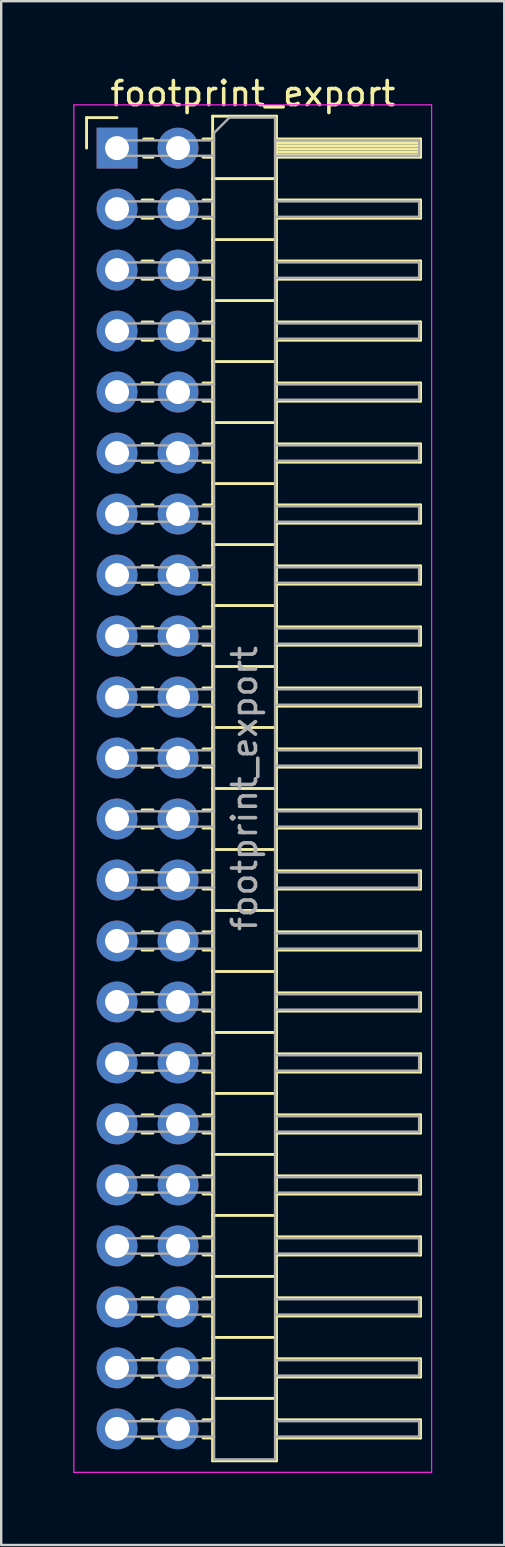
<source format=kicad_pcb>
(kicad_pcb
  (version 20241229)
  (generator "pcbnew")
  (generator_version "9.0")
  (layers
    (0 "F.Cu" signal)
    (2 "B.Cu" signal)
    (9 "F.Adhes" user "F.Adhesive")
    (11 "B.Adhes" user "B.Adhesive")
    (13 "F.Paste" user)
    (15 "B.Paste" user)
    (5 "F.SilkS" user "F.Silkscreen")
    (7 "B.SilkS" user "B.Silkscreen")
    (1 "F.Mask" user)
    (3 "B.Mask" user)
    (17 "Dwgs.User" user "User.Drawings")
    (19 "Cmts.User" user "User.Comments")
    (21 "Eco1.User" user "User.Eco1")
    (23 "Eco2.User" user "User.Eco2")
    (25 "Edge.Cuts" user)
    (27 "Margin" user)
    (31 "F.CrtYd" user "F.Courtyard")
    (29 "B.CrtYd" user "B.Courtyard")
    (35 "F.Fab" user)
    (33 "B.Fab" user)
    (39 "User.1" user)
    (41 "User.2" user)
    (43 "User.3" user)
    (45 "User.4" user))
  (footprint "footprint_export"
    (layer "F.Cu")
    (at 1.825 3.118)
    (property "Reference" "footprint_export" (at 5.655 -2.27 0) (layer "F.SilkS") (effects (font (size 1 1) (thickness 0.15))))
    (attr through_hole)
    (fp_line (start -1.27 -1.27) (end 0 -1.27) (stroke (width 0.12) (type solid)) (layer "F.SilkS"))
    (fp_line (start -1.27 0) (end -1.27 -1.27) (stroke (width 0.12) (type solid)) (layer "F.SilkS"))
    (fp_line (start 1.043 2.16) (end 1.497 2.16) (stroke (width 0.12) (type solid)) (layer "F.SilkS"))
    (fp_line (start 1.043 2.92) (end 1.497 2.92) (stroke (width 0.12) (type solid)) (layer "F.SilkS"))
    (fp_line (start 1.043 4.7) (end 1.497 4.7) (stroke (width 0.12) (type solid)) (layer "F.SilkS"))
    (fp_line (start 1.043 5.46) (end 1.497 5.46) (stroke (width 0.12) (type solid)) (layer "F.SilkS"))
    (fp_line (start 1.043 7.24) (end 1.497 7.24) (stroke (width 0.12) (type solid)) (layer "F.SilkS"))
    (fp_line (start 1.043 8) (end 1.497 8) (stroke (width 0.12) (type solid)) (layer "F.SilkS"))
    (fp_line (start 1.043 9.78) (end 1.497 9.78) (stroke (width 0.12) (type solid)) (layer "F.SilkS"))
    (fp_line (start 1.043 10.54) (end 1.497 10.54) (stroke (width 0.12) (type solid)) (layer "F.SilkS"))
    (fp_line (start 1.043 12.32) (end 1.497 12.32) (stroke (width 0.12) (type solid)) (layer "F.SilkS"))
    (fp_line (start 1.043 13.08) (end 1.497 13.08) (stroke (width 0.12) (type solid)) (layer "F.SilkS"))
    (fp_line (start 1.043 14.86) (end 1.497 14.86) (stroke (width 0.12) (type solid)) (layer "F.SilkS"))
    (fp_line (start 1.043 15.62) (end 1.497 15.62) (stroke (width 0.12) (type solid)) (layer "F.SilkS"))
    (fp_line (start 1.043 17.4) (end 1.497 17.4) (stroke (width 0.12) (type solid)) (layer "F.SilkS"))
    (fp_line (start 1.043 18.16) (end 1.497 18.16) (stroke (width 0.12) (type solid)) (layer "F.SilkS"))
    (fp_line (start 1.043 19.94) (end 1.497 19.94) (stroke (width 0.12) (type solid)) (layer "F.SilkS"))
    (fp_line (start 1.043 20.7) (end 1.497 20.7) (stroke (width 0.12) (type solid)) (layer "F.SilkS"))
    (fp_line (start 1.043 22.48) (end 1.497 22.48) (stroke (width 0.12) (type solid)) (layer "F.SilkS"))
    (fp_line (start 1.043 23.24) (end 1.497 23.24) (stroke (width 0.12) (type solid)) (layer "F.SilkS"))
    (fp_line (start 1.043 25.02) (end 1.497 25.02) (stroke (width 0.12) (type solid)) (layer "F.SilkS"))
    (fp_line (start 1.043 25.78) (end 1.497 25.78) (stroke (width 0.12) (type solid)) (layer "F.SilkS"))
    (fp_line (start 1.043 27.56) (end 1.497 27.56) (stroke (width 0.12) (type solid)) (layer "F.SilkS"))
    (fp_line (start 1.043 28.32) (end 1.497 28.32) (stroke (width 0.12) (type solid)) (layer "F.SilkS"))
    (fp_line (start 1.043 30.1) (end 1.497 30.1) (stroke (width 0.12) (type solid)) (layer "F.SilkS"))
    (fp_line (start 1.043 30.86) (end 1.497 30.86) (stroke (width 0.12) (type solid)) (layer "F.SilkS"))
    (fp_line (start 1.043 32.64) (end 1.497 32.64) (stroke (width 0.12) (type solid)) (layer "F.SilkS"))
    (fp_line (start 1.043 33.4) (end 1.497 33.4) (stroke (width 0.12) (type solid)) (layer "F.SilkS"))
    (fp_line (start 1.043 35.18) (end 1.497 35.18) (stroke (width 0.12) (type solid)) (layer "F.SilkS"))
    (fp_line (start 1.043 35.94) (end 1.497 35.94) (stroke (width 0.12) (type solid)) (layer "F.SilkS"))
    (fp_line (start 1.043 37.72) (end 1.497 37.72) (stroke (width 0.12) (type solid)) (layer "F.SilkS"))
    (fp_line (start 1.043 38.48) (end 1.497 38.48) (stroke (width 0.12) (type solid)) (layer "F.SilkS"))
    (fp_line (start 1.043 40.26) (end 1.497 40.26) (stroke (width 0.12) (type solid)) (layer "F.SilkS"))
    (fp_line (start 1.043 41.02) (end 1.497 41.02) (stroke (width 0.12) (type solid)) (layer "F.SilkS"))
    (fp_line (start 1.043 42.8) (end 1.497 42.8) (stroke (width 0.12) (type solid)) (layer "F.SilkS"))
    (fp_line (start 1.043 43.56) (end 1.497 43.56) (stroke (width 0.12) (type solid)) (layer "F.SilkS"))
    (fp_line (start 1.043 45.34) (end 1.497 45.34) (stroke (width 0.12) (type solid)) (layer "F.SilkS"))
    (fp_line (start 1.043 46.1) (end 1.497 46.1) (stroke (width 0.12) (type solid)) (layer "F.SilkS"))
    (fp_line (start 1.043 47.88) (end 1.497 47.88) (stroke (width 0.12) (type solid)) (layer "F.SilkS"))
    (fp_line (start 1.043 48.64) (end 1.497 48.64) (stroke (width 0.12) (type solid)) (layer "F.SilkS"))
    (fp_line (start 1.043 50.42) (end 1.497 50.42) (stroke (width 0.12) (type solid)) (layer "F.SilkS"))
    (fp_line (start 1.043 51.18) (end 1.497 51.18) (stroke (width 0.12) (type solid)) (layer "F.SilkS"))
    (fp_line (start 1.043 52.96) (end 1.497 52.96) (stroke (width 0.12) (type solid)) (layer "F.SilkS"))
    (fp_line (start 1.043 53.72) (end 1.497 53.72) (stroke (width 0.12) (type solid)) (layer "F.SilkS"))
    (fp_line (start 1.11 -0.38) (end 1.497 -0.38) (stroke (width 0.12) (type solid)) (layer "F.SilkS"))
    (fp_line (start 1.11 0.38) (end 1.497 0.38) (stroke (width 0.12) (type solid)) (layer "F.SilkS"))
    (fp_line (start 3.583 -0.38) (end 3.98 -0.38) (stroke (width 0.12) (type solid)) (layer "F.SilkS"))
    (fp_line (start 3.583 0.38) (end 3.98 0.38) (stroke (width 0.12) (type solid)) (layer "F.SilkS"))
    (fp_line (start 3.583 2.16) (end 3.98 2.16) (stroke (width 0.12) (type solid)) (layer "F.SilkS"))
    (fp_line (start 3.583 2.92) (end 3.98 2.92) (stroke (width 0.12) (type solid)) (layer "F.SilkS"))
    (fp_line (start 3.583 4.7) (end 3.98 4.7) (stroke (width 0.12) (type solid)) (layer "F.SilkS"))
    (fp_line (start 3.583 5.46) (end 3.98 5.46) (stroke (width 0.12) (type solid)) (layer "F.SilkS"))
    (fp_line (start 3.583 7.24) (end 3.98 7.24) (stroke (width 0.12) (type solid)) (layer "F.SilkS"))
    (fp_line (start 3.583 8) (end 3.98 8) (stroke (width 0.12) (type solid)) (layer "F.SilkS"))
    (fp_line (start 3.583 9.78) (end 3.98 9.78) (stroke (width 0.12) (type solid)) (layer "F.SilkS"))
    (fp_line (start 3.583 10.54) (end 3.98 10.54) (stroke (width 0.12) (type solid)) (layer "F.SilkS"))
    (fp_line (start 3.583 12.32) (end 3.98 12.32) (stroke (width 0.12) (type solid)) (layer "F.SilkS"))
    (fp_line (start 3.583 13.08) (end 3.98 13.08) (stroke (width 0.12) (type solid)) (layer "F.SilkS"))
    (fp_line (start 3.583 14.86) (end 3.98 14.86) (stroke (width 0.12) (type solid)) (layer "F.SilkS"))
    (fp_line (start 3.583 15.62) (end 3.98 15.62) (stroke (width 0.12) (type solid)) (layer "F.SilkS"))
    (fp_line (start 3.583 17.4) (end 3.98 17.4) (stroke (width 0.12) (type solid)) (layer "F.SilkS"))
    (fp_line (start 3.583 18.16) (end 3.98 18.16) (stroke (width 0.12) (type solid)) (layer "F.SilkS"))
    (fp_line (start 3.583 19.94) (end 3.98 19.94) (stroke (width 0.12) (type solid)) (layer "F.SilkS"))
    (fp_line (start 3.583 20.7) (end 3.98 20.7) (stroke (width 0.12) (type solid)) (layer "F.SilkS"))
    (fp_line (start 3.583 22.48) (end 3.98 22.48) (stroke (width 0.12) (type solid)) (layer "F.SilkS"))
    (fp_line (start 3.583 23.24) (end 3.98 23.24) (stroke (width 0.12) (type solid)) (layer "F.SilkS"))
    (fp_line (start 3.583 25.02) (end 3.98 25.02) (stroke (width 0.12) (type solid)) (layer "F.SilkS"))
    (fp_line (start 3.583 25.78) (end 3.98 25.78) (stroke (width 0.12) (type solid)) (layer "F.SilkS"))
    (fp_line (start 3.583 27.56) (end 3.98 27.56) (stroke (width 0.12) (type solid)) (layer "F.SilkS"))
    (fp_line (start 3.583 28.32) (end 3.98 28.32) (stroke (width 0.12) (type solid)) (layer "F.SilkS"))
    (fp_line (start 3.583 30.1) (end 3.98 30.1) (stroke (width 0.12) (type solid)) (layer "F.SilkS"))
    (fp_line (start 3.583 30.86) (end 3.98 30.86) (stroke (width 0.12) (type solid)) (layer "F.SilkS"))
    (fp_line (start 3.583 32.64) (end 3.98 32.64) (stroke (width 0.12) (type solid)) (layer "F.SilkS"))
    (fp_line (start 3.583 33.4) (end 3.98 33.4) (stroke (width 0.12) (type solid)) (layer "F.SilkS"))
    (fp_line (start 3.583 35.18) (end 3.98 35.18) (stroke (width 0.12) (type solid)) (layer "F.SilkS"))
    (fp_line (start 3.583 35.94) (end 3.98 35.94) (stroke (width 0.12) (type solid)) (layer "F.SilkS"))
    (fp_line (start 3.583 37.72) (end 3.98 37.72) (stroke (width 0.12) (type solid)) (layer "F.SilkS"))
    (fp_line (start 3.583 38.48) (end 3.98 38.48) (stroke (width 0.12) (type solid)) (layer "F.SilkS"))
    (fp_line (start 3.583 40.26) (end 3.98 40.26) (stroke (width 0.12) (type solid)) (layer "F.SilkS"))
    (fp_line (start 3.583 41.02) (end 3.98 41.02) (stroke (width 0.12) (type solid)) (layer "F.SilkS"))
    (fp_line (start 3.583 42.8) (end 3.98 42.8) (stroke (width 0.12) (type solid)) (layer "F.SilkS"))
    (fp_line (start 3.583 43.56) (end 3.98 43.56) (stroke (width 0.12) (type solid)) (layer "F.SilkS"))
    (fp_line (start 3.583 45.34) (end 3.98 45.34) (stroke (width 0.12) (type solid)) (layer "F.SilkS"))
    (fp_line (start 3.583 46.1) (end 3.98 46.1) (stroke (width 0.12) (type solid)) (layer "F.SilkS"))
    (fp_line (start 3.583 47.88) (end 3.98 47.88) (stroke (width 0.12) (type solid)) (layer "F.SilkS"))
    (fp_line (start 3.583 48.64) (end 3.98 48.64) (stroke (width 0.12) (type solid)) (layer "F.SilkS"))
    (fp_line (start 3.583 50.42) (end 3.98 50.42) (stroke (width 0.12) (type solid)) (layer "F.SilkS"))
    (fp_line (start 3.583 51.18) (end 3.98 51.18) (stroke (width 0.12) (type solid)) (layer "F.SilkS"))
    (fp_line (start 3.583 52.96) (end 3.98 52.96) (stroke (width 0.12) (type solid)) (layer "F.SilkS"))
    (fp_line (start 3.583 53.72) (end 3.98 53.72) (stroke (width 0.12) (type solid)) (layer "F.SilkS"))
    (fp_line (start 3.98 -1.33) (end 3.98 54.67) (stroke (width 0.12) (type solid)) (layer "F.SilkS"))
    (fp_line (start 3.98 1.27) (end 6.64 1.27) (stroke (width 0.12) (type solid)) (layer "F.SilkS"))
    (fp_line (start 3.98 3.81) (end 6.64 3.81) (stroke (width 0.12) (type solid)) (layer "F.SilkS"))
    (fp_line (start 3.98 6.35) (end 6.64 6.35) (stroke (width 0.12) (type solid)) (layer "F.SilkS"))
    (fp_line (start 3.98 8.89) (end 6.64 8.89) (stroke (width 0.12) (type solid)) (layer "F.SilkS"))
    (fp_line (start 3.98 11.43) (end 6.64 11.43) (stroke (width 0.12) (type solid)) (layer "F.SilkS"))
    (fp_line (start 3.98 13.97) (end 6.64 13.97) (stroke (width 0.12) (type solid)) (layer "F.SilkS"))
    (fp_line (start 3.98 16.51) (end 6.64 16.51) (stroke (width 0.12) (type solid)) (layer "F.SilkS"))
    (fp_line (start 3.98 19.05) (end 6.64 19.05) (stroke (width 0.12) (type solid)) (layer "F.SilkS"))
    (fp_line (start 3.98 21.59) (end 6.64 21.59) (stroke (width 0.12) (type solid)) (layer "F.SilkS"))
    (fp_line (start 3.98 24.13) (end 6.64 24.13) (stroke (width 0.12) (type solid)) (layer "F.SilkS"))
    (fp_line (start 3.98 26.67) (end 6.64 26.67) (stroke (width 0.12) (type solid)) (layer "F.SilkS"))
    (fp_line (start 3.98 29.21) (end 6.64 29.21) (stroke (width 0.12) (type solid)) (layer "F.SilkS"))
    (fp_line (start 3.98 31.75) (end 6.64 31.75) (stroke (width 0.12) (type solid)) (layer "F.SilkS"))
    (fp_line (start 3.98 34.29) (end 6.64 34.29) (stroke (width 0.12) (type solid)) (layer "F.SilkS"))
    (fp_line (start 3.98 36.83) (end 6.64 36.83) (stroke (width 0.12) (type solid)) (layer "F.SilkS"))
    (fp_line (start 3.98 39.37) (end 6.64 39.37) (stroke (width 0.12) (type solid)) (layer "F.SilkS"))
    (fp_line (start 3.98 41.91) (end 6.64 41.91) (stroke (width 0.12) (type solid)) (layer "F.SilkS"))
    (fp_line (start 3.98 44.45) (end 6.64 44.45) (stroke (width 0.12) (type solid)) (layer "F.SilkS"))
    (fp_line (start 3.98 46.99) (end 6.64 46.99) (stroke (width 0.12) (type solid)) (layer "F.SilkS"))
    (fp_line (start 3.98 49.53) (end 6.64 49.53) (stroke (width 0.12) (type solid)) (layer "F.SilkS"))
    (fp_line (start 3.98 52.07) (end 6.64 52.07) (stroke (width 0.12) (type solid)) (layer "F.SilkS"))
    (fp_line (start 3.98 54.67) (end 6.64 54.67) (stroke (width 0.12) (type solid)) (layer "F.SilkS"))
    (fp_line (start 6.64 -1.33) (end 3.98 -1.33) (stroke (width 0.12) (type solid)) (layer "F.SilkS"))
    (fp_line (start 6.64 -0.38) (end 12.64 -0.38) (stroke (width 0.12) (type solid)) (layer "F.SilkS"))
    (fp_line (start 6.64 -0.32) (end 12.64 -0.32) (stroke (width 0.12) (type solid)) (layer "F.SilkS"))
    (fp_line (start 6.64 -0.2) (end 12.64 -0.2) (stroke (width 0.12) (type solid)) (layer "F.SilkS"))
    (fp_line (start 6.64 -0.08) (end 12.64 -0.08) (stroke (width 0.12) (type solid)) (layer "F.SilkS"))
    (fp_line (start 6.64 0.04) (end 12.64 0.04) (stroke (width 0.12) (type solid)) (layer "F.SilkS"))
    (fp_line (start 6.64 0.16) (end 12.64 0.16) (stroke (width 0.12) (type solid)) (layer "F.SilkS"))
    (fp_line (start 6.64 0.28) (end 12.64 0.28) (stroke (width 0.12) (type solid)) (layer "F.SilkS"))
    (fp_line (start 6.64 2.16) (end 12.64 2.16) (stroke (width 0.12) (type solid)) (layer "F.SilkS"))
    (fp_line (start 6.64 4.7) (end 12.64 4.7) (stroke (width 0.12) (type solid)) (layer "F.SilkS"))
    (fp_line (start 6.64 7.24) (end 12.64 7.24) (stroke (width 0.12) (type solid)) (layer "F.SilkS"))
    (fp_line (start 6.64 9.78) (end 12.64 9.78) (stroke (width 0.12) (type solid)) (layer "F.SilkS"))
    (fp_line (start 6.64 12.32) (end 12.64 12.32) (stroke (width 0.12) (type solid)) (layer "F.SilkS"))
    (fp_line (start 6.64 14.86) (end 12.64 14.86) (stroke (width 0.12) (type solid)) (layer "F.SilkS"))
    (fp_line (start 6.64 17.4) (end 12.64 17.4) (stroke (width 0.12) (type solid)) (layer "F.SilkS"))
    (fp_line (start 6.64 19.94) (end 12.64 19.94) (stroke (width 0.12) (type solid)) (layer "F.SilkS"))
    (fp_line (start 6.64 22.48) (end 12.64 22.48) (stroke (width 0.12) (type solid)) (layer "F.SilkS"))
    (fp_line (start 6.64 25.02) (end 12.64 25.02) (stroke (width 0.12) (type solid)) (layer "F.SilkS"))
    (fp_line (start 6.64 27.56) (end 12.64 27.56) (stroke (width 0.12) (type solid)) (layer "F.SilkS"))
    (fp_line (start 6.64 30.1) (end 12.64 30.1) (stroke (width 0.12) (type solid)) (layer "F.SilkS"))
    (fp_line (start 6.64 32.64) (end 12.64 32.64) (stroke (width 0.12) (type solid)) (layer "F.SilkS"))
    (fp_line (start 6.64 35.18) (end 12.64 35.18) (stroke (width 0.12) (type solid)) (layer "F.SilkS"))
    (fp_line (start 6.64 37.72) (end 12.64 37.72) (stroke (width 0.12) (type solid)) (layer "F.SilkS"))
    (fp_line (start 6.64 40.26) (end 12.64 40.26) (stroke (width 0.12) (type solid)) (layer "F.SilkS"))
    (fp_line (start 6.64 42.8) (end 12.64 42.8) (stroke (width 0.12) (type solid)) (layer "F.SilkS"))
    (fp_line (start 6.64 45.34) (end 12.64 45.34) (stroke (width 0.12) (type solid)) (layer "F.SilkS"))
    (fp_line (start 6.64 47.88) (end 12.64 47.88) (stroke (width 0.12) (type solid)) (layer "F.SilkS"))
    (fp_line (start 6.64 50.42) (end 12.64 50.42) (stroke (width 0.12) (type solid)) (layer "F.SilkS"))
    (fp_line (start 6.64 52.96) (end 12.64 52.96) (stroke (width 0.12) (type solid)) (layer "F.SilkS"))
    (fp_line (start 6.64 54.67) (end 6.64 -1.33) (stroke (width 0.12) (type solid)) (layer "F.SilkS"))
    (fp_line (start 12.64 -0.38) (end 12.64 0.38) (stroke (width 0.12) (type solid)) (layer "F.SilkS"))
    (fp_line (start 12.64 0.38) (end 6.64 0.38) (stroke (width 0.12) (type solid)) (layer "F.SilkS"))
    (fp_line (start 12.64 2.16) (end 12.64 2.92) (stroke (width 0.12) (type solid)) (layer "F.SilkS"))
    (fp_line (start 12.64 2.92) (end 6.64 2.92) (stroke (width 0.12) (type solid)) (layer "F.SilkS"))
    (fp_line (start 12.64 4.7) (end 12.64 5.46) (stroke (width 0.12) (type solid)) (layer "F.SilkS"))
    (fp_line (start 12.64 5.46) (end 6.64 5.46) (stroke (width 0.12) (type solid)) (layer "F.SilkS"))
    (fp_line (start 12.64 7.24) (end 12.64 8) (stroke (width 0.12) (type solid)) (layer "F.SilkS"))
    (fp_line (start 12.64 8) (end 6.64 8) (stroke (width 0.12) (type solid)) (layer "F.SilkS"))
    (fp_line (start 12.64 9.78) (end 12.64 10.54) (stroke (width 0.12) (type solid)) (layer "F.SilkS"))
    (fp_line (start 12.64 10.54) (end 6.64 10.54) (stroke (width 0.12) (type solid)) (layer "F.SilkS"))
    (fp_line (start 12.64 12.32) (end 12.64 13.08) (stroke (width 0.12) (type solid)) (layer "F.SilkS"))
    (fp_line (start 12.64 13.08) (end 6.64 13.08) (stroke (width 0.12) (type solid)) (layer "F.SilkS"))
    (fp_line (start 12.64 14.86) (end 12.64 15.62) (stroke (width 0.12) (type solid)) (layer "F.SilkS"))
    (fp_line (start 12.64 15.62) (end 6.64 15.62) (stroke (width 0.12) (type solid)) (layer "F.SilkS"))
    (fp_line (start 12.64 17.4) (end 12.64 18.16) (stroke (width 0.12) (type solid)) (layer "F.SilkS"))
    (fp_line (start 12.64 18.16) (end 6.64 18.16) (stroke (width 0.12) (type solid)) (layer "F.SilkS"))
    (fp_line (start 12.64 19.94) (end 12.64 20.7) (stroke (width 0.12) (type solid)) (layer "F.SilkS"))
    (fp_line (start 12.64 20.7) (end 6.64 20.7) (stroke (width 0.12) (type solid)) (layer "F.SilkS"))
    (fp_line (start 12.64 22.48) (end 12.64 23.24) (stroke (width 0.12) (type solid)) (layer "F.SilkS"))
    (fp_line (start 12.64 23.24) (end 6.64 23.24) (stroke (width 0.12) (type solid)) (layer "F.SilkS"))
    (fp_line (start 12.64 25.02) (end 12.64 25.78) (stroke (width 0.12) (type solid)) (layer "F.SilkS"))
    (fp_line (start 12.64 25.78) (end 6.64 25.78) (stroke (width 0.12) (type solid)) (layer "F.SilkS"))
    (fp_line (start 12.64 27.56) (end 12.64 28.32) (stroke (width 0.12) (type solid)) (layer "F.SilkS"))
    (fp_line (start 12.64 28.32) (end 6.64 28.32) (stroke (width 0.12) (type solid)) (layer "F.SilkS"))
    (fp_line (start 12.64 30.1) (end 12.64 30.86) (stroke (width 0.12) (type solid)) (layer "F.SilkS"))
    (fp_line (start 12.64 30.86) (end 6.64 30.86) (stroke (width 0.12) (type solid)) (layer "F.SilkS"))
    (fp_line (start 12.64 32.64) (end 12.64 33.4) (stroke (width 0.12) (type solid)) (layer "F.SilkS"))
    (fp_line (start 12.64 33.4) (end 6.64 33.4) (stroke (width 0.12) (type solid)) (layer "F.SilkS"))
    (fp_line (start 12.64 35.18) (end 12.64 35.94) (stroke (width 0.12) (type solid)) (layer "F.SilkS"))
    (fp_line (start 12.64 35.94) (end 6.64 35.94) (stroke (width 0.12) (type solid)) (layer "F.SilkS"))
    (fp_line (start 12.64 37.72) (end 12.64 38.48) (stroke (width 0.12) (type solid)) (layer "F.SilkS"))
    (fp_line (start 12.64 38.48) (end 6.64 38.48) (stroke (width 0.12) (type solid)) (layer "F.SilkS"))
    (fp_line (start 12.64 40.26) (end 12.64 41.02) (stroke (width 0.12) (type solid)) (layer "F.SilkS"))
    (fp_line (start 12.64 41.02) (end 6.64 41.02) (stroke (width 0.12) (type solid)) (layer "F.SilkS"))
    (fp_line (start 12.64 42.8) (end 12.64 43.56) (stroke (width 0.12) (type solid)) (layer "F.SilkS"))
    (fp_line (start 12.64 43.56) (end 6.64 43.56) (stroke (width 0.12) (type solid)) (layer "F.SilkS"))
    (fp_line (start 12.64 45.34) (end 12.64 46.1) (stroke (width 0.12) (type solid)) (layer "F.SilkS"))
    (fp_line (start 12.64 46.1) (end 6.64 46.1) (stroke (width 0.12) (type solid)) (layer "F.SilkS"))
    (fp_line (start 12.64 47.88) (end 12.64 48.64) (stroke (width 0.12) (type solid)) (layer "F.SilkS"))
    (fp_line (start 12.64 48.64) (end 6.64 48.64) (stroke (width 0.12) (type solid)) (layer "F.SilkS"))
    (fp_line (start 12.64 50.42) (end 12.64 51.18) (stroke (width 0.12) (type solid)) (layer "F.SilkS"))
    (fp_line (start 12.64 51.18) (end 6.64 51.18) (stroke (width 0.12) (type solid)) (layer "F.SilkS"))
    (fp_line (start 12.64 52.96) (end 12.64 53.72) (stroke (width 0.12) (type solid)) (layer "F.SilkS"))
    (fp_line (start 12.64 53.72) (end 6.64 53.72) (stroke (width 0.12) (type solid)) (layer "F.SilkS"))
    (fp_line (start -1.8 -1.8) (end -1.8 55.15) (stroke (width 0.05) (type solid)) (layer "F.CrtYd"))
    (fp_line (start -1.8 55.15) (end 13.1 55.15) (stroke (width 0.05) (type solid)) (layer "F.CrtYd"))
    (fp_line (start 13.1 -1.8) (end -1.8 -1.8) (stroke (width 0.05) (type solid)) (layer "F.CrtYd"))
    (fp_line (start 13.1 55.15) (end 13.1 -1.8) (stroke (width 0.05) (type solid)) (layer "F.CrtYd"))
    (fp_line (start -0.32 -0.32) (end -0.32 0.32) (stroke (width 0.1) (type solid)) (layer "F.Fab"))
    (fp_line (start -0.32 -0.32) (end 4.04 -0.32) (stroke (width 0.1) (type solid)) (layer "F.Fab"))
    (fp_line (start -0.32 0.32) (end 4.04 0.32) (stroke (width 0.1) (type solid)) (layer "F.Fab"))
    (fp_line (start -0.32 2.22) (end -0.32 2.86) (stroke (width 0.1) (type solid)) (layer "F.Fab"))
    (fp_line (start -0.32 2.22) (end 4.04 2.22) (stroke (width 0.1) (type solid)) (layer "F.Fab"))
    (fp_line (start -0.32 2.86) (end 4.04 2.86) (stroke (width 0.1) (type solid)) (layer "F.Fab"))
    (fp_line (start -0.32 4.76) (end -0.32 5.4) (stroke (width 0.1) (type solid)) (layer "F.Fab"))
    (fp_line (start -0.32 4.76) (end 4.04 4.76) (stroke (width 0.1) (type solid)) (layer "F.Fab"))
    (fp_line (start -0.32 5.4) (end 4.04 5.4) (stroke (width 0.1) (type solid)) (layer "F.Fab"))
    (fp_line (start -0.32 7.3) (end -0.32 7.94) (stroke (width 0.1) (type solid)) (layer "F.Fab"))
    (fp_line (start -0.32 7.3) (end 4.04 7.3) (stroke (width 0.1) (type solid)) (layer "F.Fab"))
    (fp_line (start -0.32 7.94) (end 4.04 7.94) (stroke (width 0.1) (type solid)) (layer "F.Fab"))
    (fp_line (start -0.32 9.84) (end -0.32 10.48) (stroke (width 0.1) (type solid)) (layer "F.Fab"))
    (fp_line (start -0.32 9.84) (end 4.04 9.84) (stroke (width 0.1) (type solid)) (layer "F.Fab"))
    (fp_line (start -0.32 10.48) (end 4.04 10.48) (stroke (width 0.1) (type solid)) (layer "F.Fab"))
    (fp_line (start -0.32 12.38) (end -0.32 13.02) (stroke (width 0.1) (type solid)) (layer "F.Fab"))
    (fp_line (start -0.32 12.38) (end 4.04 12.38) (stroke (width 0.1) (type solid)) (layer "F.Fab"))
    (fp_line (start -0.32 13.02) (end 4.04 13.02) (stroke (width 0.1) (type solid)) (layer "F.Fab"))
    (fp_line (start -0.32 14.92) (end -0.32 15.56) (stroke (width 0.1) (type solid)) (layer "F.Fab"))
    (fp_line (start -0.32 14.92) (end 4.04 14.92) (stroke (width 0.1) (type solid)) (layer "F.Fab"))
    (fp_line (start -0.32 15.56) (end 4.04 15.56) (stroke (width 0.1) (type solid)) (layer "F.Fab"))
    (fp_line (start -0.32 17.46) (end -0.32 18.1) (stroke (width 0.1) (type solid)) (layer "F.Fab"))
    (fp_line (start -0.32 17.46) (end 4.04 17.46) (stroke (width 0.1) (type solid)) (layer "F.Fab"))
    (fp_line (start -0.32 18.1) (end 4.04 18.1) (stroke (width 0.1) (type solid)) (layer "F.Fab"))
    (fp_line (start -0.32 20) (end -0.32 20.64) (stroke (width 0.1) (type solid)) (layer "F.Fab"))
    (fp_line (start -0.32 20) (end 4.04 20) (stroke (width 0.1) (type solid)) (layer "F.Fab"))
    (fp_line (start -0.32 20.64) (end 4.04 20.64) (stroke (width 0.1) (type solid)) (layer "F.Fab"))
    (fp_line (start -0.32 22.54) (end -0.32 23.18) (stroke (width 0.1) (type solid)) (layer "F.Fab"))
    (fp_line (start -0.32 22.54) (end 4.04 22.54) (stroke (width 0.1) (type solid)) (layer "F.Fab"))
    (fp_line (start -0.32 23.18) (end 4.04 23.18) (stroke (width 0.1) (type solid)) (layer "F.Fab"))
    (fp_line (start -0.32 25.08) (end -0.32 25.72) (stroke (width 0.1) (type solid)) (layer "F.Fab"))
    (fp_line (start -0.32 25.08) (end 4.04 25.08) (stroke (width 0.1) (type solid)) (layer "F.Fab"))
    (fp_line (start -0.32 25.72) (end 4.04 25.72) (stroke (width 0.1) (type solid)) (layer "F.Fab"))
    (fp_line (start -0.32 27.62) (end -0.32 28.26) (stroke (width 0.1) (type solid)) (layer "F.Fab"))
    (fp_line (start -0.32 27.62) (end 4.04 27.62) (stroke (width 0.1) (type solid)) (layer "F.Fab"))
    (fp_line (start -0.32 28.26) (end 4.04 28.26) (stroke (width 0.1) (type solid)) (layer "F.Fab"))
    (fp_line (start -0.32 30.16) (end -0.32 30.8) (stroke (width 0.1) (type solid)) (layer "F.Fab"))
    (fp_line (start -0.32 30.16) (end 4.04 30.16) (stroke (width 0.1) (type solid)) (layer "F.Fab"))
    (fp_line (start -0.32 30.8) (end 4.04 30.8) (stroke (width 0.1) (type solid)) (layer "F.Fab"))
    (fp_line (start -0.32 32.7) (end -0.32 33.34) (stroke (width 0.1) (type solid)) (layer "F.Fab"))
    (fp_line (start -0.32 32.7) (end 4.04 32.7) (stroke (width 0.1) (type solid)) (layer "F.Fab"))
    (fp_line (start -0.32 33.34) (end 4.04 33.34) (stroke (width 0.1) (type solid)) (layer "F.Fab"))
    (fp_line (start -0.32 35.24) (end -0.32 35.88) (stroke (width 0.1) (type solid)) (layer "F.Fab"))
    (fp_line (start -0.32 35.24) (end 4.04 35.24) (stroke (width 0.1) (type solid)) (layer "F.Fab"))
    (fp_line (start -0.32 35.88) (end 4.04 35.88) (stroke (width 0.1) (type solid)) (layer "F.Fab"))
    (fp_line (start -0.32 37.78) (end -0.32 38.42) (stroke (width 0.1) (type solid)) (layer "F.Fab"))
    (fp_line (start -0.32 37.78) (end 4.04 37.78) (stroke (width 0.1) (type solid)) (layer "F.Fab"))
    (fp_line (start -0.32 38.42) (end 4.04 38.42) (stroke (width 0.1) (type solid)) (layer "F.Fab"))
    (fp_line (start -0.32 40.32) (end -0.32 40.96) (stroke (width 0.1) (type solid)) (layer "F.Fab"))
    (fp_line (start -0.32 40.32) (end 4.04 40.32) (stroke (width 0.1) (type solid)) (layer "F.Fab"))
    (fp_line (start -0.32 40.96) (end 4.04 40.96) (stroke (width 0.1) (type solid)) (layer "F.Fab"))
    (fp_line (start -0.32 42.86) (end -0.32 43.5) (stroke (width 0.1) (type solid)) (layer "F.Fab"))
    (fp_line (start -0.32 42.86) (end 4.04 42.86) (stroke (width 0.1) (type solid)) (layer "F.Fab"))
    (fp_line (start -0.32 43.5) (end 4.04 43.5) (stroke (width 0.1) (type solid)) (layer "F.Fab"))
    (fp_line (start -0.32 45.4) (end -0.32 46.04) (stroke (width 0.1) (type solid)) (layer "F.Fab"))
    (fp_line (start -0.32 45.4) (end 4.04 45.4) (stroke (width 0.1) (type solid)) (layer "F.Fab"))
    (fp_line (start -0.32 46.04) (end 4.04 46.04) (stroke (width 0.1) (type solid)) (layer "F.Fab"))
    (fp_line (start -0.32 47.94) (end -0.32 48.58) (stroke (width 0.1) (type solid)) (layer "F.Fab"))
    (fp_line (start -0.32 47.94) (end 4.04 47.94) (stroke (width 0.1) (type solid)) (layer "F.Fab"))
    (fp_line (start -0.32 48.58) (end 4.04 48.58) (stroke (width 0.1) (type solid)) (layer "F.Fab"))
    (fp_line (start -0.32 50.48) (end -0.32 51.12) (stroke (width 0.1) (type solid)) (layer "F.Fab"))
    (fp_line (start -0.32 50.48) (end 4.04 50.48) (stroke (width 0.1) (type solid)) (layer "F.Fab"))
    (fp_line (start -0.32 51.12) (end 4.04 51.12) (stroke (width 0.1) (type solid)) (layer "F.Fab"))
    (fp_line (start -0.32 53.02) (end -0.32 53.66) (stroke (width 0.1) (type solid)) (layer "F.Fab"))
    (fp_line (start -0.32 53.02) (end 4.04 53.02) (stroke (width 0.1) (type solid)) (layer "F.Fab"))
    (fp_line (start -0.32 53.66) (end 4.04 53.66) (stroke (width 0.1) (type solid)) (layer "F.Fab"))
    (fp_line (start 4.04 -0.635) (end 4.675 -1.27) (stroke (width 0.1) (type solid)) (layer "F.Fab"))
    (fp_line (start 4.04 54.61) (end 4.04 -0.635) (stroke (width 0.1) (type solid)) (layer "F.Fab"))
    (fp_line (start 4.675 -1.27) (end 6.58 -1.27) (stroke (width 0.1) (type solid)) (layer "F.Fab"))
    (fp_line (start 6.58 -1.27) (end 6.58 54.61) (stroke (width 0.1) (type solid)) (layer "F.Fab"))
    (fp_line (start 6.58 -0.32) (end 12.58 -0.32) (stroke (width 0.1) (type solid)) (layer "F.Fab"))
    (fp_line (start 6.58 0.32) (end 12.58 0.32) (stroke (width 0.1) (type solid)) (layer "F.Fab"))
    (fp_line (start 6.58 2.22) (end 12.58 2.22) (stroke (width 0.1) (type solid)) (layer "F.Fab"))
    (fp_line (start 6.58 2.86) (end 12.58 2.86) (stroke (width 0.1) (type solid)) (layer "F.Fab"))
    (fp_line (start 6.58 4.76) (end 12.58 4.76) (stroke (width 0.1) (type solid)) (layer "F.Fab"))
    (fp_line (start 6.58 5.4) (end 12.58 5.4) (stroke (width 0.1) (type solid)) (layer "F.Fab"))
    (fp_line (start 6.58 7.3) (end 12.58 7.3) (stroke (width 0.1) (type solid)) (layer "F.Fab"))
    (fp_line (start 6.58 7.94) (end 12.58 7.94) (stroke (width 0.1) (type solid)) (layer "F.Fab"))
    (fp_line (start 6.58 9.84) (end 12.58 9.84) (stroke (width 0.1) (type solid)) (layer "F.Fab"))
    (fp_line (start 6.58 10.48) (end 12.58 10.48) (stroke (width 0.1) (type solid)) (layer "F.Fab"))
    (fp_line (start 6.58 12.38) (end 12.58 12.38) (stroke (width 0.1) (type solid)) (layer "F.Fab"))
    (fp_line (start 6.58 13.02) (end 12.58 13.02) (stroke (width 0.1) (type solid)) (layer "F.Fab"))
    (fp_line (start 6.58 14.92) (end 12.58 14.92) (stroke (width 0.1) (type solid)) (layer "F.Fab"))
    (fp_line (start 6.58 15.56) (end 12.58 15.56) (stroke (width 0.1) (type solid)) (layer "F.Fab"))
    (fp_line (start 6.58 17.46) (end 12.58 17.46) (stroke (width 0.1) (type solid)) (layer "F.Fab"))
    (fp_line (start 6.58 18.1) (end 12.58 18.1) (stroke (width 0.1) (type solid)) (layer "F.Fab"))
    (fp_line (start 6.58 20) (end 12.58 20) (stroke (width 0.1) (type solid)) (layer "F.Fab"))
    (fp_line (start 6.58 20.64) (end 12.58 20.64) (stroke (width 0.1) (type solid)) (layer "F.Fab"))
    (fp_line (start 6.58 22.54) (end 12.58 22.54) (stroke (width 0.1) (type solid)) (layer "F.Fab"))
    (fp_line (start 6.58 23.18) (end 12.58 23.18) (stroke (width 0.1) (type solid)) (layer "F.Fab"))
    (fp_line (start 6.58 25.08) (end 12.58 25.08) (stroke (width 0.1) (type solid)) (layer "F.Fab"))
    (fp_line (start 6.58 25.72) (end 12.58 25.72) (stroke (width 0.1) (type solid)) (layer "F.Fab"))
    (fp_line (start 6.58 27.62) (end 12.58 27.62) (stroke (width 0.1) (type solid)) (layer "F.Fab"))
    (fp_line (start 6.58 28.26) (end 12.58 28.26) (stroke (width 0.1) (type solid)) (layer "F.Fab"))
    (fp_line (start 6.58 30.16) (end 12.58 30.16) (stroke (width 0.1) (type solid)) (layer "F.Fab"))
    (fp_line (start 6.58 30.8) (end 12.58 30.8) (stroke (width 0.1) (type solid)) (layer "F.Fab"))
    (fp_line (start 6.58 32.7) (end 12.58 32.7) (stroke (width 0.1) (type solid)) (layer "F.Fab"))
    (fp_line (start 6.58 33.34) (end 12.58 33.34) (stroke (width 0.1) (type solid)) (layer "F.Fab"))
    (fp_line (start 6.58 35.24) (end 12.58 35.24) (stroke (width 0.1) (type solid)) (layer "F.Fab"))
    (fp_line (start 6.58 35.88) (end 12.58 35.88) (stroke (width 0.1) (type solid)) (layer "F.Fab"))
    (fp_line (start 6.58 37.78) (end 12.58 37.78) (stroke (width 0.1) (type solid)) (layer "F.Fab"))
    (fp_line (start 6.58 38.42) (end 12.58 38.42) (stroke (width 0.1) (type solid)) (layer "F.Fab"))
    (fp_line (start 6.58 40.32) (end 12.58 40.32) (stroke (width 0.1) (type solid)) (layer "F.Fab"))
    (fp_line (start 6.58 40.96) (end 12.58 40.96) (stroke (width 0.1) (type solid)) (layer "F.Fab"))
    (fp_line (start 6.58 42.86) (end 12.58 42.86) (stroke (width 0.1) (type solid)) (layer "F.Fab"))
    (fp_line (start 6.58 43.5) (end 12.58 43.5) (stroke (width 0.1) (type solid)) (layer "F.Fab"))
    (fp_line (start 6.58 45.4) (end 12.58 45.4) (stroke (width 0.1) (type solid)) (layer "F.Fab"))
    (fp_line (start 6.58 46.04) (end 12.58 46.04) (stroke (width 0.1) (type solid)) (layer "F.Fab"))
    (fp_line (start 6.58 47.94) (end 12.58 47.94) (stroke (width 0.1) (type solid)) (layer "F.Fab"))
    (fp_line (start 6.58 48.58) (end 12.58 48.58) (stroke (width 0.1) (type solid)) (layer "F.Fab"))
    (fp_line (start 6.58 50.48) (end 12.58 50.48) (stroke (width 0.1) (type solid)) (layer "F.Fab"))
    (fp_line (start 6.58 51.12) (end 12.58 51.12) (stroke (width 0.1) (type solid)) (layer "F.Fab"))
    (fp_line (start 6.58 53.02) (end 12.58 53.02) (stroke (width 0.1) (type solid)) (layer "F.Fab"))
    (fp_line (start 6.58 53.66) (end 12.58 53.66) (stroke (width 0.1) (type solid)) (layer "F.Fab"))
    (fp_line (start 6.58 54.61) (end 4.04 54.61) (stroke (width 0.1) (type solid)) (layer "F.Fab"))
    (fp_line (start 12.58 -0.32) (end 12.58 0.32) (stroke (width 0.1) (type solid)) (layer "F.Fab"))
    (fp_line (start 12.58 2.22) (end 12.58 2.86) (stroke (width 0.1) (type solid)) (layer "F.Fab"))
    (fp_line (start 12.58 4.76) (end 12.58 5.4) (stroke (width 0.1) (type solid)) (layer "F.Fab"))
    (fp_line (start 12.58 7.3) (end 12.58 7.94) (stroke (width 0.1) (type solid)) (layer "F.Fab"))
    (fp_line (start 12.58 9.84) (end 12.58 10.48) (stroke (width 0.1) (type solid)) (layer "F.Fab"))
    (fp_line (start 12.58 12.38) (end 12.58 13.02) (stroke (width 0.1) (type solid)) (layer "F.Fab"))
    (fp_line (start 12.58 14.92) (end 12.58 15.56) (stroke (width 0.1) (type solid)) (layer "F.Fab"))
    (fp_line (start 12.58 17.46) (end 12.58 18.1) (stroke (width 0.1) (type solid)) (layer "F.Fab"))
    (fp_line (start 12.58 20) (end 12.58 20.64) (stroke (width 0.1) (type solid)) (layer "F.Fab"))
    (fp_line (start 12.58 22.54) (end 12.58 23.18) (stroke (width 0.1) (type solid)) (layer "F.Fab"))
    (fp_line (start 12.58 25.08) (end 12.58 25.72) (stroke (width 0.1) (type solid)) (layer "F.Fab"))
    (fp_line (start 12.58 27.62) (end 12.58 28.26) (stroke (width 0.1) (type solid)) (layer "F.Fab"))
    (fp_line (start 12.58 30.16) (end 12.58 30.8) (stroke (width 0.1) (type solid)) (layer "F.Fab"))
    (fp_line (start 12.58 32.7) (end 12.58 33.34) (stroke (width 0.1) (type solid)) (layer "F.Fab"))
    (fp_line (start 12.58 35.24) (end 12.58 35.88) (stroke (width 0.1) (type solid)) (layer "F.Fab"))
    (fp_line (start 12.58 37.78) (end 12.58 38.42) (stroke (width 0.1) (type solid)) (layer "F.Fab"))
    (fp_line (start 12.58 40.32) (end 12.58 40.96) (stroke (width 0.1) (type solid)) (layer "F.Fab"))
    (fp_line (start 12.58 42.86) (end 12.58 43.5) (stroke (width 0.1) (type solid)) (layer "F.Fab"))
    (fp_line (start 12.58 45.4) (end 12.58 46.04) (stroke (width 0.1) (type solid)) (layer "F.Fab"))
    (fp_line (start 12.58 47.94) (end 12.58 48.58) (stroke (width 0.1) (type solid)) (layer "F.Fab"))
    (fp_line (start 12.58 50.48) (end 12.58 51.12) (stroke (width 0.1) (type solid)) (layer "F.Fab"))
    (fp_line (start 12.58 53.02) (end 12.58 53.66) (stroke (width 0.1) (type solid)) (layer "F.Fab"))
    (fp_text user "${REFERENCE}" (at 5.31 26.67 90) (layer "F.Fab") (effects (font (size 1 1) (thickness 0.15))))
    (pad "1" thru_hole rect (at 0 0) (size 1.7 1.7) (drill 1) (layers "*.Cu" "*.Mask"))
    (pad "2" thru_hole oval (at 2.54 0) (size 1.7 1.7) (drill 1) (layers "*.Cu" "*.Mask"))
    (pad "3" thru_hole oval (at 0 2.54) (size 1.7 1.7) (drill 1) (layers "*.Cu" "*.Mask"))
    (pad "4" thru_hole oval (at 2.54 2.54) (size 1.7 1.7) (drill 1) (layers "*.Cu" "*.Mask"))
    (pad "5" thru_hole oval (at 0 5.08) (size 1.7 1.7) (drill 1) (layers "*.Cu" "*.Mask"))
    (pad "6" thru_hole oval (at 2.54 5.08) (size 1.7 1.7) (drill 1) (layers "*.Cu" "*.Mask"))
    (pad "7" thru_hole oval (at 0 7.62) (size 1.7 1.7) (drill 1) (layers "*.Cu" "*.Mask"))
    (pad "8" thru_hole oval (at 2.54 7.62) (size 1.7 1.7) (drill 1) (layers "*.Cu" "*.Mask"))
    (pad "9" thru_hole oval (at 0 10.16) (size 1.7 1.7) (drill 1) (layers "*.Cu" "*.Mask"))
    (pad "10" thru_hole oval (at 2.54 10.16) (size 1.7 1.7) (drill 1) (layers "*.Cu" "*.Mask"))
    (pad "11" thru_hole oval (at 0 12.7) (size 1.7 1.7) (drill 1) (layers "*.Cu" "*.Mask"))
    (pad "12" thru_hole oval (at 2.54 12.7) (size 1.7 1.7) (drill 1) (layers "*.Cu" "*.Mask"))
    (pad "13" thru_hole oval (at 0 15.24) (size 1.7 1.7) (drill 1) (layers "*.Cu" "*.Mask"))
    (pad "14" thru_hole oval (at 2.54 15.24) (size 1.7 1.7) (drill 1) (layers "*.Cu" "*.Mask"))
    (pad "15" thru_hole oval (at 0 17.78) (size 1.7 1.7) (drill 1) (layers "*.Cu" "*.Mask"))
    (pad "16" thru_hole oval (at 2.54 17.78) (size 1.7 1.7) (drill 1) (layers "*.Cu" "*.Mask"))
    (pad "17" thru_hole oval (at 0 20.32) (size 1.7 1.7) (drill 1) (layers "*.Cu" "*.Mask"))
    (pad "18" thru_hole oval (at 2.54 20.32) (size 1.7 1.7) (drill 1) (layers "*.Cu" "*.Mask"))
    (pad "19" thru_hole oval (at 0 22.86) (size 1.7 1.7) (drill 1) (layers "*.Cu" "*.Mask"))
    (pad "20" thru_hole oval (at 2.54 22.86) (size 1.7 1.7) (drill 1) (layers "*.Cu" "*.Mask"))
    (pad "21" thru_hole oval (at 0 25.4) (size 1.7 1.7) (drill 1) (layers "*.Cu" "*.Mask"))
    (pad "22" thru_hole oval (at 2.54 25.4) (size 1.7 1.7) (drill 1) (layers "*.Cu" "*.Mask"))
    (pad "23" thru_hole oval (at 0 27.94) (size 1.7 1.7) (drill 1) (layers "*.Cu" "*.Mask"))
    (pad "24" thru_hole oval (at 2.54 27.94) (size 1.7 1.7) (drill 1) (layers "*.Cu" "*.Mask"))
    (pad "25" thru_hole oval (at 0 30.48) (size 1.7 1.7) (drill 1) (layers "*.Cu" "*.Mask"))
    (pad "26" thru_hole oval (at 2.54 30.48) (size 1.7 1.7) (drill 1) (layers "*.Cu" "*.Mask"))
    (pad "27" thru_hole oval (at 0 33.02) (size 1.7 1.7) (drill 1) (layers "*.Cu" "*.Mask"))
    (pad "28" thru_hole oval (at 2.54 33.02) (size 1.7 1.7) (drill 1) (layers "*.Cu" "*.Mask"))
    (pad "29" thru_hole oval (at 0 35.56) (size 1.7 1.7) (drill 1) (layers "*.Cu" "*.Mask"))
    (pad "30" thru_hole oval (at 2.54 35.56) (size 1.7 1.7) (drill 1) (layers "*.Cu" "*.Mask"))
    (pad "31" thru_hole oval (at 0 38.1) (size 1.7 1.7) (drill 1) (layers "*.Cu" "*.Mask"))
    (pad "32" thru_hole oval (at 2.54 38.1) (size 1.7 1.7) (drill 1) (layers "*.Cu" "*.Mask"))
    (pad "33" thru_hole oval (at 0 40.64) (size 1.7 1.7) (drill 1) (layers "*.Cu" "*.Mask"))
    (pad "34" thru_hole oval (at 2.54 40.64) (size 1.7 1.7) (drill 1) (layers "*.Cu" "*.Mask"))
    (pad "35" thru_hole oval (at 0 43.18) (size 1.7 1.7) (drill 1) (layers "*.Cu" "*.Mask"))
    (pad "36" thru_hole oval (at 2.54 43.18) (size 1.7 1.7) (drill 1) (layers "*.Cu" "*.Mask"))
    (pad "37" thru_hole oval (at 0 45.72) (size 1.7 1.7) (drill 1) (layers "*.Cu" "*.Mask"))
    (pad "38" thru_hole oval (at 2.54 45.72) (size 1.7 1.7) (drill 1) (layers "*.Cu" "*.Mask"))
    (pad "39" thru_hole oval (at 0 48.26) (size 1.7 1.7) (drill 1) (layers "*.Cu" "*.Mask"))
    (pad "40" thru_hole oval (at 2.54 48.26) (size 1.7 1.7) (drill 1) (layers "*.Cu" "*.Mask"))
    (pad "41" thru_hole oval (at 0 50.8) (size 1.7 1.7) (drill 1) (layers "*.Cu" "*.Mask"))
    (pad "42" thru_hole oval (at 2.54 50.8) (size 1.7 1.7) (drill 1) (layers "*.Cu" "*.Mask"))
    (pad "43" thru_hole oval (at 0 53.34) (size 1.7 1.7) (drill 1) (layers "*.Cu" "*.Mask"))
    (pad "44" thru_hole oval (at 2.54 53.34) (size 1.7 1.7) (drill 1) (layers "*.Cu" "*.Mask")))
  (gr_rect
    (start -3 -3)
    (end 17.95 61.293)
    (stroke (width 0.1) (type default))
    (fill no)
    (layer "Edge.Cuts")))
</source>
